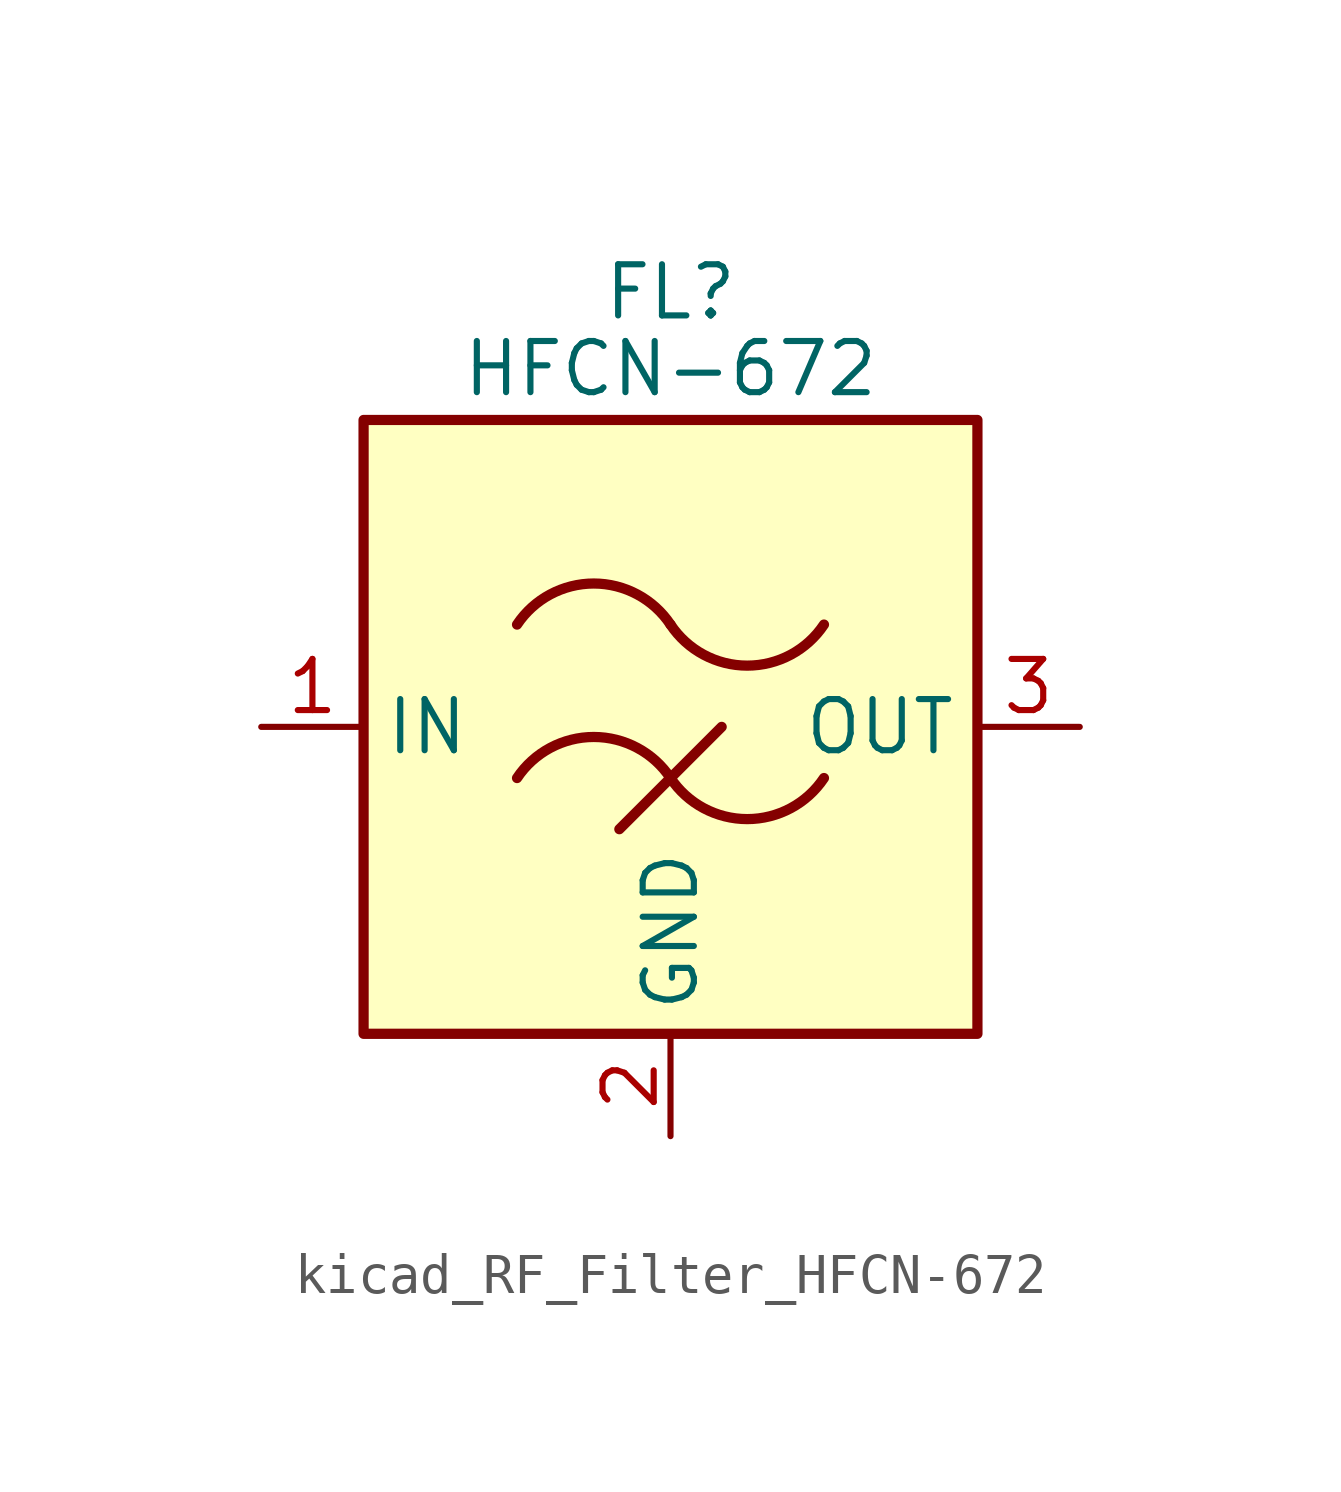
<source format=kicad_sym>
(kicad_symbol_lib
  (version 20220914)
  (generator kicad_symbol_editor)
  (symbol "kicad_RF_Filter_HFCN-672"
    (property "Reference" "FL"
      (at 0 10.795 0)
      (effects (font (size 1.27 1.27))))
    (property "Value" "HFCN-672"
      (at 0 8.89 0)
      (effects (font (size 1.27 1.27))))
    (symbol "kicad_RF_Filter_HFCN-672_0_1"
      (rectangle (start -7.62 7.62) (end 7.62 -7.62) (stroke (width 0.254) (type default)) (fill (type background)))
      (arc (start 0 -1.27) (mid -1.905 -0.2505) (end -3.81 -1.27) (stroke (width 0.254) (type default)) (fill (type none)))
      (arc (start 0 -1.27) (mid 1.905 -2.2895) (end 3.81 -1.27) (stroke (width 0.254) (type default)) (fill (type none)))
      (polyline (pts (xy -1.27 -2.54) (xy 1.27 0)) (stroke (width 0.254) (type default)) (fill (type none)))
      (arc (start 0 2.54) (mid -1.905 3.5595) (end -3.81 2.54) (stroke (width 0.254) (type default)) (fill (type none)))
      (arc (start 0 2.54) (mid 1.905 1.5205) (end 3.81 2.54) (stroke (width 0.254) (type default)) (fill (type none))))
    (symbol "kicad_RF_Filter_HFCN-672_1_1"
      (pin passive line (at -10.16 0 0) (length 2.54) (name "IN" (effects (font (size 1.27 1.27)))) (number "1" (effects (font (size 1.27 1.27)))))
      (pin passive line (at 0 -10.16 90) (length 2.54) (name "GND" (effects (font (size 1.27 1.27)))) (number "2" (effects (font (size 1.27 1.27)))))
      (pin passive line (at 10.16 0 180) (length 2.54) (name "OUT" (effects (font (size 1.27 1.27)))) (number "3" (effects (font (size 1.27 1.27)))))
      (pin passive line (at 0 -10.16 90) (length 2.54) hide (name "GND" (effects (font (size 1.27 1.27)))) (number "4" (effects (font (size 1.27 1.27)))))
      (pin passive line (at 0 -10.16 90) (length 2.54) hide (name "GND" (effects (font (size 1.27 1.27)))) (number "5" (effects (font (size 1.27 1.27)))))
      (pin passive line (at 0 -10.16 90) (length 2.54) hide (name "GND" (effects (font (size 1.27 1.27)))) (number "6" (effects (font (size 1.27 1.27))))))))
</source>
